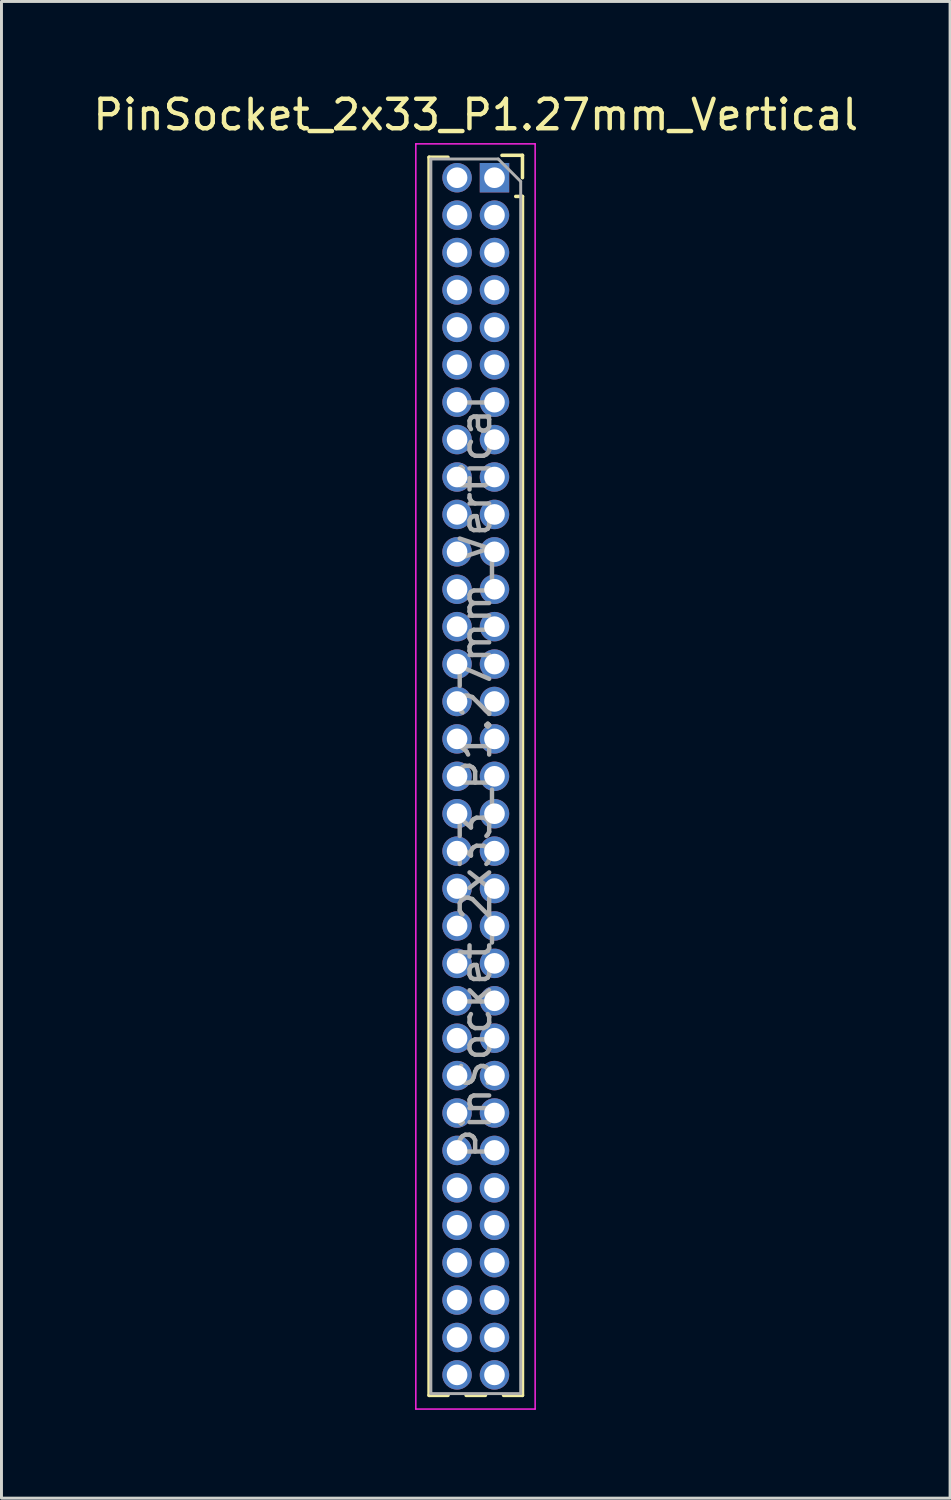
<source format=kicad_pcb>
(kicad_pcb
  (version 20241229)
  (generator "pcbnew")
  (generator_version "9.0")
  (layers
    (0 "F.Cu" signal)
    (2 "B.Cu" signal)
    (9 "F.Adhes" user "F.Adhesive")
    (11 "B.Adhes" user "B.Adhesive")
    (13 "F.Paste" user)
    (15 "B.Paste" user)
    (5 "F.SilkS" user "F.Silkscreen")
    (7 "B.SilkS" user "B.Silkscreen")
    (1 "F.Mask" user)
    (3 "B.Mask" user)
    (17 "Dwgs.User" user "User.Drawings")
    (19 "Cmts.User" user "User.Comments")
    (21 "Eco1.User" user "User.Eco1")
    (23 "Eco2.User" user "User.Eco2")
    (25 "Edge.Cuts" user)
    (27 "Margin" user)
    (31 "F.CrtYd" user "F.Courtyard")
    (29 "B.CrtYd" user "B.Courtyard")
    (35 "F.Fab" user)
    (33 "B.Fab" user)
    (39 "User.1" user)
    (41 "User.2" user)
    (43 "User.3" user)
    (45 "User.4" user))
  (footprint "PinSocket_2x33_P1.27mm_Vertical"
    (layer "F.Cu")
    (at 13.736 2.983)
    (property "Reference" "PinSocket_2x33_P1.27mm_Vertical" (at -0.635 -2.135 0) (layer "F.SilkS") (effects (font (size 1 1) (thickness 0.15))))
    (attr through_hole)
    (fp_line (start -2.22 -0.695) (end -2.22 41.335) (stroke (width 0.12) (type solid)) (layer "F.SilkS"))
    (fp_line (start -2.22 -0.695) (end -1.578 -0.695) (stroke (width 0.12) (type solid)) (layer "F.SilkS"))
    (fp_line (start -2.22 41.335) (end -1.578 41.335) (stroke (width 0.12) (type solid)) (layer "F.SilkS"))
    (fp_line (start -0.962 41.335) (end -0.308 41.335) (stroke (width 0.12) (type solid)) (layer "F.SilkS"))
    (fp_line (start 0.255 -0.76) (end 0.95 -0.76) (stroke (width 0.12) (type solid)) (layer "F.SilkS"))
    (fp_line (start 0.308 41.335) (end 0.95 41.335) (stroke (width 0.12) (type solid)) (layer "F.SilkS"))
    (fp_line (start 0.722 0.635) (end 0.95 0.635) (stroke (width 0.12) (type solid)) (layer "F.SilkS"))
    (fp_line (start 0.95 -0.76) (end 0.95 0) (stroke (width 0.12) (type solid)) (layer "F.SilkS"))
    (fp_line (start 0.95 0.635) (end 0.95 41.335) (stroke (width 0.12) (type solid)) (layer "F.SilkS"))
    (fp_line (start -2.67 -1.15) (end 1.38 -1.15) (stroke (width 0.05) (type solid)) (layer "F.CrtYd"))
    (fp_line (start -2.67 41.8) (end -2.67 -1.15) (stroke (width 0.05) (type solid)) (layer "F.CrtYd"))
    (fp_line (start 1.38 -1.15) (end 1.38 41.8) (stroke (width 0.05) (type solid)) (layer "F.CrtYd"))
    (fp_line (start 1.38 41.8) (end -2.67 41.8) (stroke (width 0.05) (type solid)) (layer "F.CrtYd"))
    (fp_line (start -2.16 -0.635) (end 0.128 -0.635) (stroke (width 0.1) (type solid)) (layer "F.Fab"))
    (fp_line (start -2.16 41.275) (end -2.16 -0.635) (stroke (width 0.1) (type solid)) (layer "F.Fab"))
    (fp_line (start 0.128 -0.635) (end 0.89 0.128) (stroke (width 0.1) (type solid)) (layer "F.Fab"))
    (fp_line (start 0.89 0.128) (end 0.89 41.275) (stroke (width 0.1) (type solid)) (layer "F.Fab"))
    (fp_line (start 0.89 41.275) (end -2.16 41.275) (stroke (width 0.1) (type solid)) (layer "F.Fab"))
    (fp_text user "${REFERENCE}" (at -0.635 20.32 90) (layer "F.Fab") (effects (font (size 1 1) (thickness 0.15))))
    (pad "1" thru_hole rect (at 0 0) (size 1 1) (drill 0.7) (layers "*.Cu" "*.Mask"))
    (pad "2" thru_hole oval (at -1.27 0) (size 1 1) (drill 0.7) (layers "*.Cu" "*.Mask"))
    (pad "3" thru_hole oval (at 0 1.27) (size 1 1) (drill 0.7) (layers "*.Cu" "*.Mask"))
    (pad "4" thru_hole oval (at -1.27 1.27) (size 1 1) (drill 0.7) (layers "*.Cu" "*.Mask"))
    (pad "5" thru_hole oval (at 0 2.54) (size 1 1) (drill 0.7) (layers "*.Cu" "*.Mask"))
    (pad "6" thru_hole oval (at -1.27 2.54) (size 1 1) (drill 0.7) (layers "*.Cu" "*.Mask"))
    (pad "7" thru_hole oval (at 0 3.81) (size 1 1) (drill 0.7) (layers "*.Cu" "*.Mask"))
    (pad "8" thru_hole oval (at -1.27 3.81) (size 1 1) (drill 0.7) (layers "*.Cu" "*.Mask"))
    (pad "9" thru_hole oval (at 0 5.08) (size 1 1) (drill 0.7) (layers "*.Cu" "*.Mask"))
    (pad "10" thru_hole oval (at -1.27 5.08) (size 1 1) (drill 0.7) (layers "*.Cu" "*.Mask"))
    (pad "11" thru_hole oval (at 0 6.35) (size 1 1) (drill 0.7) (layers "*.Cu" "*.Mask"))
    (pad "12" thru_hole oval (at -1.27 6.35) (size 1 1) (drill 0.7) (layers "*.Cu" "*.Mask"))
    (pad "13" thru_hole oval (at 0 7.62) (size 1 1) (drill 0.7) (layers "*.Cu" "*.Mask"))
    (pad "14" thru_hole oval (at -1.27 7.62) (size 1 1) (drill 0.7) (layers "*.Cu" "*.Mask"))
    (pad "15" thru_hole oval (at 0 8.89) (size 1 1) (drill 0.7) (layers "*.Cu" "*.Mask"))
    (pad "16" thru_hole oval (at -1.27 8.89) (size 1 1) (drill 0.7) (layers "*.Cu" "*.Mask"))
    (pad "17" thru_hole oval (at 0 10.16) (size 1 1) (drill 0.7) (layers "*.Cu" "*.Mask"))
    (pad "18" thru_hole oval (at -1.27 10.16) (size 1 1) (drill 0.7) (layers "*.Cu" "*.Mask"))
    (pad "19" thru_hole oval (at 0 11.43) (size 1 1) (drill 0.7) (layers "*.Cu" "*.Mask"))
    (pad "20" thru_hole oval (at -1.27 11.43) (size 1 1) (drill 0.7) (layers "*.Cu" "*.Mask"))
    (pad "21" thru_hole oval (at 0 12.7) (size 1 1) (drill 0.7) (layers "*.Cu" "*.Mask"))
    (pad "22" thru_hole oval (at -1.27 12.7) (size 1 1) (drill 0.7) (layers "*.Cu" "*.Mask"))
    (pad "23" thru_hole oval (at 0 13.97) (size 1 1) (drill 0.7) (layers "*.Cu" "*.Mask"))
    (pad "24" thru_hole oval (at -1.27 13.97) (size 1 1) (drill 0.7) (layers "*.Cu" "*.Mask"))
    (pad "25" thru_hole oval (at 0 15.24) (size 1 1) (drill 0.7) (layers "*.Cu" "*.Mask"))
    (pad "26" thru_hole oval (at -1.27 15.24) (size 1 1) (drill 0.7) (layers "*.Cu" "*.Mask"))
    (pad "27" thru_hole oval (at 0 16.51) (size 1 1) (drill 0.7) (layers "*.Cu" "*.Mask"))
    (pad "28" thru_hole oval (at -1.27 16.51) (size 1 1) (drill 0.7) (layers "*.Cu" "*.Mask"))
    (pad "29" thru_hole oval (at 0 17.78) (size 1 1) (drill 0.7) (layers "*.Cu" "*.Mask"))
    (pad "30" thru_hole oval (at -1.27 17.78) (size 1 1) (drill 0.7) (layers "*.Cu" "*.Mask"))
    (pad "31" thru_hole oval (at 0 19.05) (size 1 1) (drill 0.7) (layers "*.Cu" "*.Mask"))
    (pad "32" thru_hole oval (at -1.27 19.05) (size 1 1) (drill 0.7) (layers "*.Cu" "*.Mask"))
    (pad "33" thru_hole oval (at 0 20.32) (size 1 1) (drill 0.7) (layers "*.Cu" "*.Mask"))
    (pad "34" thru_hole oval (at -1.27 20.32) (size 1 1) (drill 0.7) (layers "*.Cu" "*.Mask"))
    (pad "35" thru_hole oval (at 0 21.59) (size 1 1) (drill 0.7) (layers "*.Cu" "*.Mask"))
    (pad "36" thru_hole oval (at -1.27 21.59) (size 1 1) (drill 0.7) (layers "*.Cu" "*.Mask"))
    (pad "37" thru_hole oval (at 0 22.86) (size 1 1) (drill 0.7) (layers "*.Cu" "*.Mask"))
    (pad "38" thru_hole oval (at -1.27 22.86) (size 1 1) (drill 0.7) (layers "*.Cu" "*.Mask"))
    (pad "39" thru_hole oval (at 0 24.13) (size 1 1) (drill 0.7) (layers "*.Cu" "*.Mask"))
    (pad "40" thru_hole oval (at -1.27 24.13) (size 1 1) (drill 0.7) (layers "*.Cu" "*.Mask"))
    (pad "41" thru_hole oval (at 0 25.4) (size 1 1) (drill 0.7) (layers "*.Cu" "*.Mask"))
    (pad "42" thru_hole oval (at -1.27 25.4) (size 1 1) (drill 0.7) (layers "*.Cu" "*.Mask"))
    (pad "43" thru_hole oval (at 0 26.67) (size 1 1) (drill 0.7) (layers "*.Cu" "*.Mask"))
    (pad "44" thru_hole oval (at -1.27 26.67) (size 1 1) (drill 0.7) (layers "*.Cu" "*.Mask"))
    (pad "45" thru_hole oval (at 0 27.94) (size 1 1) (drill 0.7) (layers "*.Cu" "*.Mask"))
    (pad "46" thru_hole oval (at -1.27 27.94) (size 1 1) (drill 0.7) (layers "*.Cu" "*.Mask"))
    (pad "47" thru_hole oval (at 0 29.21) (size 1 1) (drill 0.7) (layers "*.Cu" "*.Mask"))
    (pad "48" thru_hole oval (at -1.27 29.21) (size 1 1) (drill 0.7) (layers "*.Cu" "*.Mask"))
    (pad "49" thru_hole oval (at 0 30.48) (size 1 1) (drill 0.7) (layers "*.Cu" "*.Mask"))
    (pad "50" thru_hole oval (at -1.27 30.48) (size 1 1) (drill 0.7) (layers "*.Cu" "*.Mask"))
    (pad "51" thru_hole oval (at 0 31.75) (size 1 1) (drill 0.7) (layers "*.Cu" "*.Mask"))
    (pad "52" thru_hole oval (at -1.27 31.75) (size 1 1) (drill 0.7) (layers "*.Cu" "*.Mask"))
    (pad "53" thru_hole oval (at 0 33.02) (size 1 1) (drill 0.7) (layers "*.Cu" "*.Mask"))
    (pad "54" thru_hole oval (at -1.27 33.02) (size 1 1) (drill 0.7) (layers "*.Cu" "*.Mask"))
    (pad "55" thru_hole oval (at 0 34.29) (size 1 1) (drill 0.7) (layers "*.Cu" "*.Mask"))
    (pad "56" thru_hole oval (at -1.27 34.29) (size 1 1) (drill 0.7) (layers "*.Cu" "*.Mask"))
    (pad "57" thru_hole oval (at 0 35.56) (size 1 1) (drill 0.7) (layers "*.Cu" "*.Mask"))
    (pad "58" thru_hole oval (at -1.27 35.56) (size 1 1) (drill 0.7) (layers "*.Cu" "*.Mask"))
    (pad "59" thru_hole oval (at 0 36.83) (size 1 1) (drill 0.7) (layers "*.Cu" "*.Mask"))
    (pad "60" thru_hole oval (at -1.27 36.83) (size 1 1) (drill 0.7) (layers "*.Cu" "*.Mask"))
    (pad "61" thru_hole oval (at 0 38.1) (size 1 1) (drill 0.7) (layers "*.Cu" "*.Mask"))
    (pad "62" thru_hole oval (at -1.27 38.1) (size 1 1) (drill 0.7) (layers "*.Cu" "*.Mask"))
    (pad "63" thru_hole oval (at 0 39.37) (size 1 1) (drill 0.7) (layers "*.Cu" "*.Mask"))
    (pad "64" thru_hole oval (at -1.27 39.37) (size 1 1) (drill 0.7) (layers "*.Cu" "*.Mask"))
    (pad "65" thru_hole oval (at 0 40.64) (size 1 1) (drill 0.7) (layers "*.Cu" "*.Mask"))
    (pad "66" thru_hole oval (at -1.27 40.64) (size 1 1) (drill 0.7) (layers "*.Cu" "*.Mask")))
  (gr_rect
    (start -3 -3)
    (end 29.202 47.808)
    (stroke (width 0.1) (type default))
    (fill no)
    (layer "Edge.Cuts")))
</source>
